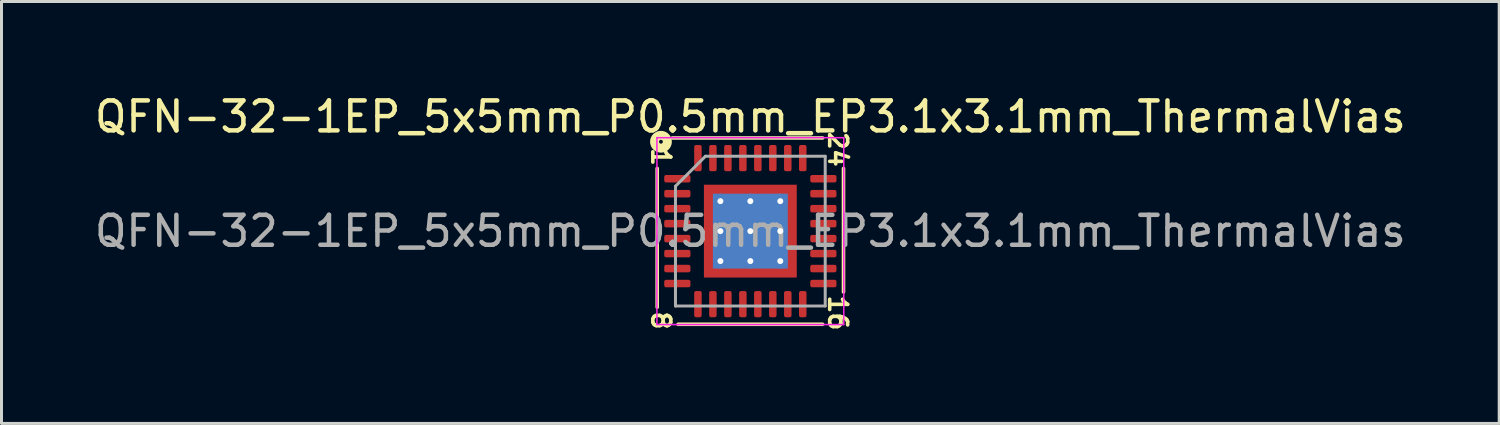
<source format=kicad_pcb>
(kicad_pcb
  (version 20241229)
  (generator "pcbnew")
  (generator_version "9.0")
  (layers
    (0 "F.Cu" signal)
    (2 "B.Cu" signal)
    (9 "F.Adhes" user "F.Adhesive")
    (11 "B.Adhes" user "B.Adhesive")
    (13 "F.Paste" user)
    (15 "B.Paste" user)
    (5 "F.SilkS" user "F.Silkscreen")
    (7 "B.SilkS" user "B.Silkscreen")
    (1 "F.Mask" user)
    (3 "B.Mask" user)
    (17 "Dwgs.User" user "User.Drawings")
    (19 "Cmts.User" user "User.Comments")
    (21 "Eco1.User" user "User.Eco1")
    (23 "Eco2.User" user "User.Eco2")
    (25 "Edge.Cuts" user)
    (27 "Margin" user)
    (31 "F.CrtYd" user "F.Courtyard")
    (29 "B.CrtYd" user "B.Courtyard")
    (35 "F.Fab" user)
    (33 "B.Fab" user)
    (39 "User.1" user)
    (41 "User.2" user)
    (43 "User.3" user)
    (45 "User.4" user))
  (footprint "QFN-32-1EP_5x5mm_P0.5mm_EP3.1x3.1mm_ThermalVias"
    (layer "F.Cu")
    (at 22.006 4.668)
    (property "Reference" "QFN-32-1EP_5x5mm_P0.5mm_EP3.1x3.1mm_ThermalVias" (at 0 -3.82 0) (layer "F.SilkS") (effects (font (size 1 1) (thickness 0.15))))
    (attr smd)
    (fp_line (start -3.111 -2.095) (end -3.111 2.54) (stroke (width 0.12) (type solid)) (layer "F.SilkS"))
    (fp_line (start -2.413 3.111) (end 2.413 3.111) (stroke (width 0.12) (type solid)) (layer "F.SilkS"))
    (fp_line (start 2.413 -3.111) (end -2.603 -3.111) (stroke (width 0.12) (type solid)) (layer "F.SilkS"))
    (fp_line (start 3.111 2.032) (end 3.111 -2.095) (stroke (width 0.12) (type solid)) (layer "F.SilkS"))
    (fp_circle (center -2.985 -2.985) (end -2.921 -2.985) (stroke (width 0.3) (type solid)) (fill no) (layer "F.SilkS"))
    (fp_line (start -3.12 -3.12) (end -3.12 3.12) (stroke (width 0.05) (type solid)) (layer "F.CrtYd"))
    (fp_line (start -3.12 3.12) (end 3.12 3.12) (stroke (width 0.05) (type solid)) (layer "F.CrtYd"))
    (fp_line (start 3.12 -3.12) (end -3.12 -3.12) (stroke (width 0.05) (type solid)) (layer "F.CrtYd"))
    (fp_line (start 3.12 3.12) (end 3.12 -3.12) (stroke (width 0.05) (type solid)) (layer "F.CrtYd"))
    (fp_line (start -2.5 -1.5) (end -1.5 -2.5) (stroke (width 0.1) (type solid)) (layer "F.Fab"))
    (fp_line (start -2.5 2.5) (end -2.5 -1.5) (stroke (width 0.1) (type solid)) (layer "F.Fab"))
    (fp_line (start -1.5 -2.5) (end 2.5 -2.5) (stroke (width 0.1) (type solid)) (layer "F.Fab"))
    (fp_line (start 2.5 -2.5) (end 2.5 2.5) (stroke (width 0.1) (type solid)) (layer "F.Fab"))
    (fp_line (start 2.5 2.5) (end -2.5 2.5) (stroke (width 0.1) (type solid)) (layer "F.Fab"))
    (fp_text user "8" (at -2.985 2.985 270) (unlocked yes) (layer "F.SilkS") (effects (font (size 0.6 0.6) (thickness 0.12))))
    (fp_text user "1" (at -2.985 -2.477 270) (unlocked yes) (layer "F.SilkS") (effects (font (size 0.6 0.6) (thickness 0.12))))
    (fp_text user "16" (at 2.921 2.731 270) (unlocked yes) (layer "F.SilkS") (effects (font (size 0.6 0.6) (thickness 0.12))))
    (fp_text user "24" (at 2.921 -2.731 270) (unlocked yes) (layer "F.SilkS") (effects (font (size 0.6 0.6) (thickness 0.12))))
    (fp_text user "${REFERENCE}" (at 0 0 0) (layer "F.Fab") (effects (font (size 1 1) (thickness 0.15))))
    (pad "" smd custom (at -1.275 -1.275) (size 0.319 0.319) (layers "F.Paste") (options (anchor circle)) (primitives (gr_poly (pts (xy 0.111 -0.000473) (xy -0.000473 0.111) (xy -0.111 0.111) (xy -0.111 -0.111) (xy 0.111 -0.111)) (width 0.222) (fill yes))))
    (pad "" smd custom (at -1.275 -0.5) (size 0.35 0.35) (layers "F.Paste") (options (anchor circle)) (primitives (gr_poly (pts (xy 0.128 -0.232) (xy 0.128 0.232) (xy 0.05 0.309) (xy -0.128 0.309) (xy -0.128 -0.309) (xy 0.05 -0.309)) (width 0.188) (fill yes))))
    (pad "" smd custom (at -1.275 0.5) (size 0.35 0.35) (layers "F.Paste") (options (anchor circle)) (primitives (gr_poly (pts (xy 0.128 -0.232) (xy 0.128 0.232) (xy 0.05 0.309) (xy -0.128 0.309) (xy -0.128 -0.309) (xy 0.05 -0.309)) (width 0.188) (fill yes))))
    (pad "" smd custom (at -1.275 1.275) (size 0.319 0.319) (layers "F.Paste") (options (anchor circle)) (primitives (gr_poly (pts (xy 0.111 0.000473) (xy 0.111 0.111) (xy -0.111 0.111) (xy -0.111 -0.111) (xy -0.000473 -0.111)) (width 0.222) (fill yes))))
    (pad "" smd custom (at -0.5 -1.275) (size 0.35 0.35) (layers "F.Paste") (options (anchor circle)) (primitives (gr_poly (pts (xy 0.309 0.05) (xy 0.232 0.128) (xy -0.232 0.128) (xy -0.309 0.05) (xy -0.309 -0.128) (xy 0.309 -0.128)) (width 0.188) (fill yes))))
    (pad "" smd roundrect (at -0.5 -0.5) (size 0.806 0.806) (layers "F.Paste") (roundrect_rratio 0.25))
    (pad "" smd roundrect (at -0.5 0.5) (size 0.806 0.806) (layers "F.Paste") (roundrect_rratio 0.25))
    (pad "" smd custom (at -0.5 1.275) (size 0.35 0.35) (layers "F.Paste") (options (anchor circle)) (primitives (gr_poly (pts (xy 0.309 -0.05) (xy 0.309 0.128) (xy -0.309 0.128) (xy -0.309 -0.05) (xy -0.232 -0.128) (xy 0.232 -0.128)) (width 0.188) (fill yes))))
    (pad "" smd custom (at 0.5 -1.275) (size 0.35 0.35) (layers "F.Paste") (options (anchor circle)) (primitives (gr_poly (pts (xy 0.309 0.05) (xy 0.232 0.128) (xy -0.232 0.128) (xy -0.309 0.05) (xy -0.309 -0.128) (xy 0.309 -0.128)) (width 0.188) (fill yes))))
    (pad "" smd roundrect (at 0.5 -0.5) (size 0.806 0.806) (layers "F.Paste") (roundrect_rratio 0.25))
    (pad "" smd roundrect (at 0.5 0.5) (size 0.806 0.806) (layers "F.Paste") (roundrect_rratio 0.25))
    (pad "" smd custom (at 0.5 1.275) (size 0.35 0.35) (layers "F.Paste") (options (anchor circle)) (primitives (gr_poly (pts (xy 0.309 -0.05) (xy 0.309 0.128) (xy -0.309 0.128) (xy -0.309 -0.05) (xy -0.232 -0.128) (xy 0.232 -0.128)) (width 0.188) (fill yes))))
    (pad "" smd custom (at 1.275 -1.275) (size 0.319 0.319) (layers "F.Paste") (options (anchor circle)) (primitives (gr_poly (pts (xy 0.111 0.111) (xy 0.000473 0.111) (xy -0.111 -0.000473) (xy -0.111 -0.111) (xy 0.111 -0.111)) (width 0.222) (fill yes))))
    (pad "" smd custom (at 1.275 -0.5) (size 0.35 0.35) (layers "F.Paste") (options (anchor circle)) (primitives (gr_poly (pts (xy 0.128 0.309) (xy -0.05 0.309) (xy -0.128 0.232) (xy -0.128 -0.232) (xy -0.05 -0.309) (xy 0.128 -0.309)) (width 0.188) (fill yes))))
    (pad "" smd custom (at 1.275 0.5) (size 0.35 0.35) (layers "F.Paste") (options (anchor circle)) (primitives (gr_poly (pts (xy 0.128 0.309) (xy -0.05 0.309) (xy -0.128 0.232) (xy -0.128 -0.232) (xy -0.05 -0.309) (xy 0.128 -0.309)) (width 0.188) (fill yes))))
    (pad "" smd custom (at 1.275 1.275) (size 0.319 0.319) (layers "F.Paste") (options (anchor circle)) (primitives (gr_poly (pts (xy 0.111 0.111) (xy -0.111 0.111) (xy -0.111 0.000473) (xy 0.000473 -0.111) (xy 0.111 -0.111)) (width 0.222) (fill yes))))
    (pad "1" smd roundrect (at -2.438 -1.75) (size 0.875 0.25) (layers "F.Cu" "F.Mask" "F.Paste") (roundrect_rratio 0.25))
    (pad "2" smd roundrect (at -2.438 -1.25) (size 0.875 0.25) (layers "F.Cu" "F.Mask" "F.Paste") (roundrect_rratio 0.25))
    (pad "3" smd roundrect (at -2.438 -0.75) (size 0.875 0.25) (layers "F.Cu" "F.Mask" "F.Paste") (roundrect_rratio 0.25))
    (pad "4" smd roundrect (at -2.438 -0.25) (size 0.875 0.25) (layers "F.Cu" "F.Mask" "F.Paste") (roundrect_rratio 0.25))
    (pad "5" smd roundrect (at -2.438 0.25) (size 0.875 0.25) (layers "F.Cu" "F.Mask" "F.Paste") (roundrect_rratio 0.25))
    (pad "6" smd roundrect (at -2.438 0.75) (size 0.875 0.25) (layers "F.Cu" "F.Mask" "F.Paste") (roundrect_rratio 0.25))
    (pad "7" smd roundrect (at -2.438 1.25) (size 0.875 0.25) (layers "F.Cu" "F.Mask" "F.Paste") (roundrect_rratio 0.25))
    (pad "8" smd roundrect (at -2.438 1.75) (size 0.875 0.25) (layers "F.Cu" "F.Mask" "F.Paste") (roundrect_rratio 0.25))
    (pad "9" smd roundrect (at -1.75 2.438) (size 0.25 0.875) (layers "F.Cu" "F.Mask" "F.Paste") (roundrect_rratio 0.25))
    (pad "10" smd roundrect (at -1.25 2.438) (size 0.25 0.875) (layers "F.Cu" "F.Mask" "F.Paste") (roundrect_rratio 0.25))
    (pad "11" smd roundrect (at -0.75 2.438) (size 0.25 0.875) (layers "F.Cu" "F.Mask" "F.Paste") (roundrect_rratio 0.25))
    (pad "12" smd roundrect (at -0.25 2.438) (size 0.25 0.875) (layers "F.Cu" "F.Mask" "F.Paste") (roundrect_rratio 0.25))
    (pad "13" smd roundrect (at 0.25 2.438) (size 0.25 0.875) (layers "F.Cu" "F.Mask" "F.Paste") (roundrect_rratio 0.25))
    (pad "14" smd roundrect (at 0.75 2.438) (size 0.25 0.875) (layers "F.Cu" "F.Mask" "F.Paste") (roundrect_rratio 0.25))
    (pad "15" smd roundrect (at 1.25 2.438) (size 0.25 0.875) (layers "F.Cu" "F.Mask" "F.Paste") (roundrect_rratio 0.25))
    (pad "16" smd roundrect (at 1.75 2.438) (size 0.25 0.875) (layers "F.Cu" "F.Mask" "F.Paste") (roundrect_rratio 0.25))
    (pad "17" smd roundrect (at 2.438 1.75) (size 0.875 0.25) (layers "F.Cu" "F.Mask" "F.Paste") (roundrect_rratio 0.25))
    (pad "18" smd roundrect (at 2.438 1.25) (size 0.875 0.25) (layers "F.Cu" "F.Mask" "F.Paste") (roundrect_rratio 0.25))
    (pad "19" smd roundrect (at 2.438 0.75) (size 0.875 0.25) (layers "F.Cu" "F.Mask" "F.Paste") (roundrect_rratio 0.25))
    (pad "20" smd roundrect (at 2.438 0.25) (size 0.875 0.25) (layers "F.Cu" "F.Mask" "F.Paste") (roundrect_rratio 0.25))
    (pad "21" smd roundrect (at 2.438 -0.25) (size 0.875 0.25) (layers "F.Cu" "F.Mask" "F.Paste") (roundrect_rratio 0.25))
    (pad "22" smd roundrect (at 2.438 -0.75) (size 0.875 0.25) (layers "F.Cu" "F.Mask" "F.Paste") (roundrect_rratio 0.25))
    (pad "23" smd roundrect (at 2.438 -1.25) (size 0.875 0.25) (layers "F.Cu" "F.Mask" "F.Paste") (roundrect_rratio 0.25))
    (pad "24" smd roundrect (at 2.438 -1.75) (size 0.875 0.25) (layers "F.Cu" "F.Mask" "F.Paste") (roundrect_rratio 0.25))
    (pad "25" smd roundrect (at 1.75 -2.438) (size 0.25 0.875) (layers "F.Cu" "F.Mask" "F.Paste") (roundrect_rratio 0.25))
    (pad "26" smd roundrect (at 1.25 -2.438) (size 0.25 0.875) (layers "F.Cu" "F.Mask" "F.Paste") (roundrect_rratio 0.25))
    (pad "27" smd roundrect (at 0.75 -2.438) (size 0.25 0.875) (layers "F.Cu" "F.Mask" "F.Paste") (roundrect_rratio 0.25))
    (pad "28" smd roundrect (at 0.25 -2.438) (size 0.25 0.875) (layers "F.Cu" "F.Mask" "F.Paste") (roundrect_rratio 0.25))
    (pad "29" smd roundrect (at -0.25 -2.438) (size 0.25 0.875) (layers "F.Cu" "F.Mask" "F.Paste") (roundrect_rratio 0.25))
    (pad "30" smd roundrect (at -0.75 -2.438) (size 0.25 0.875) (layers "F.Cu" "F.Mask" "F.Paste") (roundrect_rratio 0.25))
    (pad "31" smd roundrect (at -1.25 -2.438) (size 0.25 0.875) (layers "F.Cu" "F.Mask" "F.Paste") (roundrect_rratio 0.25))
    (pad "32" smd roundrect (at -1.75 -2.438) (size 0.25 0.875) (layers "F.Cu" "F.Mask" "F.Paste") (roundrect_rratio 0.25))
    (pad "33" thru_hole circle (at -1 -1) (size 0.5 0.5) (drill 0.2) (layers "*.Cu"))
    (pad "33" thru_hole circle (at -1 0) (size 0.5 0.5) (drill 0.2) (layers "*.Cu"))
    (pad "33" thru_hole circle (at -1 1) (size 0.5 0.5) (drill 0.2) (layers "*.Cu"))
    (pad "33" thru_hole circle (at 0 -1) (size 0.5 0.5) (drill 0.2) (layers "*.Cu"))
    (pad "33" thru_hole circle (at 0 0) (size 0.5 0.5) (drill 0.2) (layers "*.Cu"))
    (pad "33" smd rect (at 0 0) (size 2.5 2.5) (layers "B.Cu" "B.Mask"))
    (pad "33" smd rect (at 0 0) (size 3.1 3.1) (layers "F.Cu" "F.Mask"))
    (pad "33" thru_hole circle (at 0 1) (size 0.5 0.5) (drill 0.2) (layers "*.Cu"))
    (pad "33" thru_hole circle (at 1 -1) (size 0.5 0.5) (drill 0.2) (layers "*.Cu"))
    (pad "33" thru_hole circle (at 1 0) (size 0.5 0.5) (drill 0.2) (layers "*.Cu"))
    (pad "33" thru_hole circle (at 1 1) (size 0.5 0.5) (drill 0.2) (layers "*.Cu")))
  (gr_rect
    (start -3 -3)
    (end 47.012 11.09)
    (stroke (width 0.1) (type default))
    (fill no)
    (layer "Edge.Cuts")))
</source>
